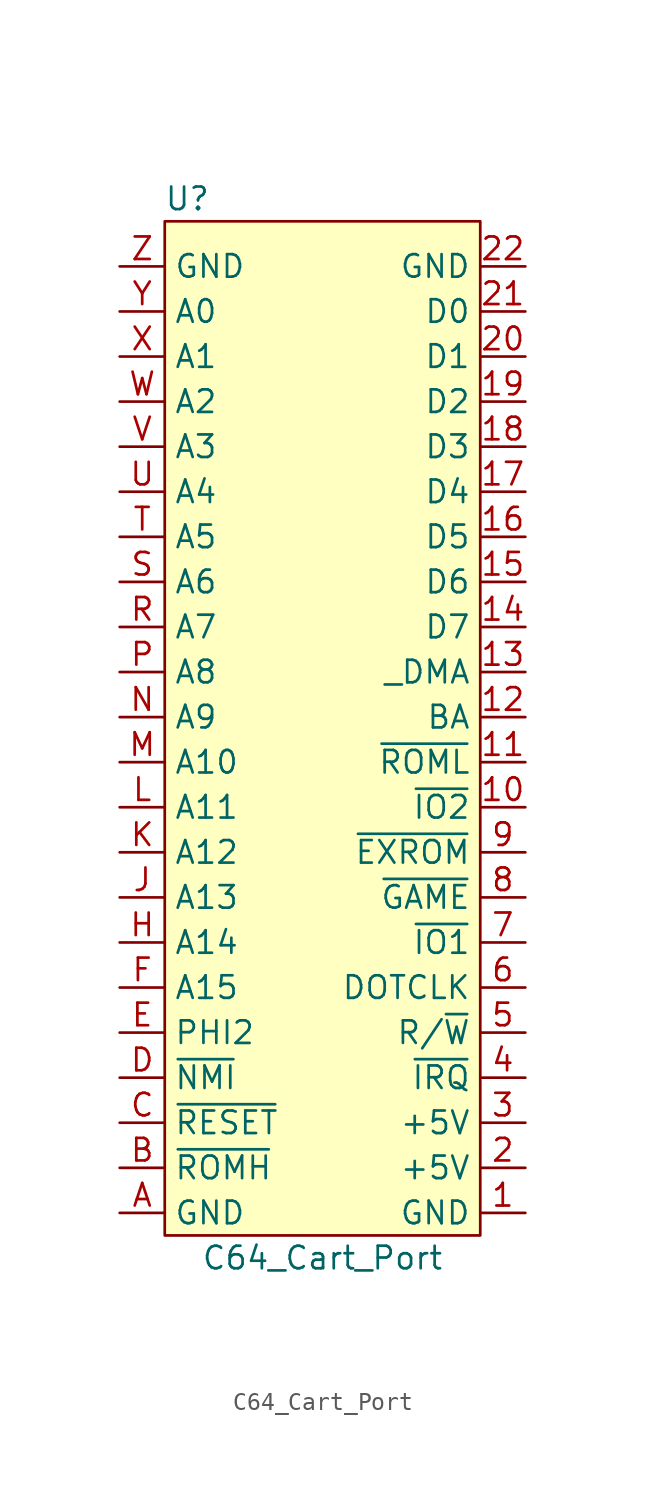
<source format=kicad_sym>
(kicad_symbol_lib
  (version 20211014)
  (generator kicad_symbol_editor)
  (symbol "C64_Cart_Port"
    (property "Reference" "U"
      (at 1.27 58.42 0)
      (effects (font (size 1.27 1.27))))
    (property "Value" "C64_Cart_Port"
      (at 8.89 -1.27 0)
      (effects (font (size 1.27 1.27))))
    (symbol "C64_Cart_Port_0_1"
      (rectangle (start 0 57.15) (end 17.78 0) (stroke (width 0) (type default) (color 0 0 0 0)) (fill (type background))))
    (symbol "C64_Cart_Port_1_1"
      (pin power_in line (at 20.32 1.27 180) (length 2.54) (name "GND" (effects (font (size 1.27 1.27)))) (number "1" (effects (font (size 1.27 1.27)))))
      (pin input line (at 20.32 24.13 180) (length 2.54) (name "~{IO2}" (effects (font (size 1.27 1.27)))) (number "10" (effects (font (size 1.27 1.27)))))
      (pin input line (at 20.32 26.67 180) (length 2.54) (name "~{ROML}" (effects (font (size 1.27 1.27)))) (number "11" (effects (font (size 1.27 1.27)))))
      (pin input line (at 20.32 29.21 180) (length 2.54) (name "BA" (effects (font (size 1.27 1.27)))) (number "12" (effects (font (size 1.27 1.27)))))
      (pin bidirectional line (at 20.32 31.75 180) (length 2.54) (name "_DMA" (effects (font (size 1.27 1.27)))) (number "13" (effects (font (size 1.27 1.27)))))
      (pin bidirectional line (at 20.32 34.29 180) (length 2.54) (name "D7" (effects (font (size 1.27 1.27)))) (number "14" (effects (font (size 1.27 1.27)))))
      (pin bidirectional line (at 20.32 36.83 180) (length 2.54) (name "D6" (effects (font (size 1.27 1.27)))) (number "15" (effects (font (size 1.27 1.27)))))
      (pin bidirectional line (at 20.32 39.37 180) (length 2.54) (name "D5" (effects (font (size 1.27 1.27)))) (number "16" (effects (font (size 1.27 1.27)))))
      (pin bidirectional line (at 20.32 41.91 180) (length 2.54) (name "D4" (effects (font (size 1.27 1.27)))) (number "17" (effects (font (size 1.27 1.27)))))
      (pin bidirectional line (at 20.32 44.45 180) (length 2.54) (name "D3" (effects (font (size 1.27 1.27)))) (number "18" (effects (font (size 1.27 1.27)))))
      (pin bidirectional line (at 20.32 46.99 180) (length 2.54) (name "D2" (effects (font (size 1.27 1.27)))) (number "19" (effects (font (size 1.27 1.27)))))
      (pin power_in line (at 20.32 3.81 180) (length 2.54) (name "+5V" (effects (font (size 1.27 1.27)))) (number "2" (effects (font (size 1.27 1.27)))))
      (pin bidirectional line (at 20.32 49.53 180) (length 2.54) (name "D1" (effects (font (size 1.27 1.27)))) (number "20" (effects (font (size 1.27 1.27)))))
      (pin bidirectional line (at 20.32 52.07 180) (length 2.54) (name "D0" (effects (font (size 1.27 1.27)))) (number "21" (effects (font (size 1.27 1.27)))))
      (pin power_in line (at 20.32 54.61 180) (length 2.54) (name "GND" (effects (font (size 1.27 1.27)))) (number "22" (effects (font (size 1.27 1.27)))))
      (pin power_in line (at 20.32 6.35 180) (length 2.54) (name "+5V" (effects (font (size 1.27 1.27)))) (number "3" (effects (font (size 1.27 1.27)))))
      (pin bidirectional line (at 20.32 8.89 180) (length 2.54) (name "~{IRQ}" (effects (font (size 1.27 1.27)))) (number "4" (effects (font (size 1.27 1.27)))))
      (pin bidirectional line (at 20.32 11.43 180) (length 2.54) (name "R/~{W}" (effects (font (size 1.27 1.27)))) (number "5" (effects (font (size 1.27 1.27)))))
      (pin input line (at 20.32 13.97 180) (length 2.54) (name "DOTCLK" (effects (font (size 1.27 1.27)))) (number "6" (effects (font (size 1.27 1.27)))))
      (pin input line (at 20.32 16.51 180) (length 2.54) (name "~{IO1}" (effects (font (size 1.27 1.27)))) (number "7" (effects (font (size 1.27 1.27)))))
      (pin output line (at 20.32 19.05 180) (length 2.54) (name "~{GAME}" (effects (font (size 1.27 1.27)))) (number "8" (effects (font (size 1.27 1.27)))))
      (pin output line (at 20.32 21.59 180) (length 2.54) (name "~{EXROM}" (effects (font (size 1.27 1.27)))) (number "9" (effects (font (size 1.27 1.27)))))
      (pin power_in line (at -2.54 1.27 0) (length 2.54) (name "GND" (effects (font (size 1.27 1.27)))) (number "A" (effects (font (size 1.27 1.27)))))
      (pin input line (at -2.54 3.81 0) (length 2.54) (name "~{ROMH}" (effects (font (size 1.27 1.27)))) (number "B" (effects (font (size 1.27 1.27)))))
      (pin bidirectional line (at -2.54 6.35 0) (length 2.54) (name "~{RESET}" (effects (font (size 1.27 1.27)))) (number "C" (effects (font (size 1.27 1.27)))))
      (pin bidirectional line (at -2.54 8.89 0) (length 2.54) (name "~{NMI}" (effects (font (size 1.27 1.27)))) (number "D" (effects (font (size 1.27 1.27)))))
      (pin input line (at -2.54 11.43 0) (length 2.54) (name "PHI2" (effects (font (size 1.27 1.27)))) (number "E" (effects (font (size 1.27 1.27)))))
      (pin input line (at -2.54 13.97 0) (length 2.54) (name "A15" (effects (font (size 1.27 1.27)))) (number "F" (effects (font (size 1.27 1.27)))))
      (pin input line (at -2.54 16.51 0) (length 2.54) (name "A14" (effects (font (size 1.27 1.27)))) (number "H" (effects (font (size 1.27 1.27)))))
      (pin input line (at -2.54 19.05 0) (length 2.54) (name "A13" (effects (font (size 1.27 1.27)))) (number "J" (effects (font (size 1.27 1.27)))))
      (pin input line (at -2.54 21.59 0) (length 2.54) (name "A12" (effects (font (size 1.27 1.27)))) (number "K" (effects (font (size 1.27 1.27)))))
      (pin input line (at -2.54 24.13 0) (length 2.54) (name "A11" (effects (font (size 1.27 1.27)))) (number "L" (effects (font (size 1.27 1.27)))))
      (pin input line (at -2.54 26.67 0) (length 2.54) (name "A10" (effects (font (size 1.27 1.27)))) (number "M" (effects (font (size 1.27 1.27)))))
      (pin input line (at -2.54 29.21 0) (length 2.54) (name "A9" (effects (font (size 1.27 1.27)))) (number "N" (effects (font (size 1.27 1.27)))))
      (pin input line (at -2.54 31.75 0) (length 2.54) (name "A8" (effects (font (size 1.27 1.27)))) (number "P" (effects (font (size 1.27 1.27)))))
      (pin input line (at -2.54 34.29 0) (length 2.54) (name "A7" (effects (font (size 1.27 1.27)))) (number "R" (effects (font (size 1.27 1.27)))))
      (pin input line (at -2.54 36.83 0) (length 2.54) (name "A6" (effects (font (size 1.27 1.27)))) (number "S" (effects (font (size 1.27 1.27)))))
      (pin input line (at -2.54 39.37 0) (length 2.54) (name "A5" (effects (font (size 1.27 1.27)))) (number "T" (effects (font (size 1.27 1.27)))))
      (pin input line (at -2.54 41.91 0) (length 2.54) (name "A4" (effects (font (size 1.27 1.27)))) (number "U" (effects (font (size 1.27 1.27)))))
      (pin input line (at -2.54 44.45 0) (length 2.54) (name "A3" (effects (font (size 1.27 1.27)))) (number "V" (effects (font (size 1.27 1.27)))))
      (pin input line (at -2.54 46.99 0) (length 2.54) (name "A2" (effects (font (size 1.27 1.27)))) (number "W" (effects (font (size 1.27 1.27)))))
      (pin input line (at -2.54 49.53 0) (length 2.54) (name "A1" (effects (font (size 1.27 1.27)))) (number "X" (effects (font (size 1.27 1.27)))))
      (pin input line (at -2.54 52.07 0) (length 2.54) (name "A0" (effects (font (size 1.27 1.27)))) (number "Y" (effects (font (size 1.27 1.27)))))
      (pin power_in line (at -2.54 54.61 0) (length 2.54) (name "GND" (effects (font (size 1.27 1.27)))) (number "Z" (effects (font (size 1.27 1.27))))))))
</source>
